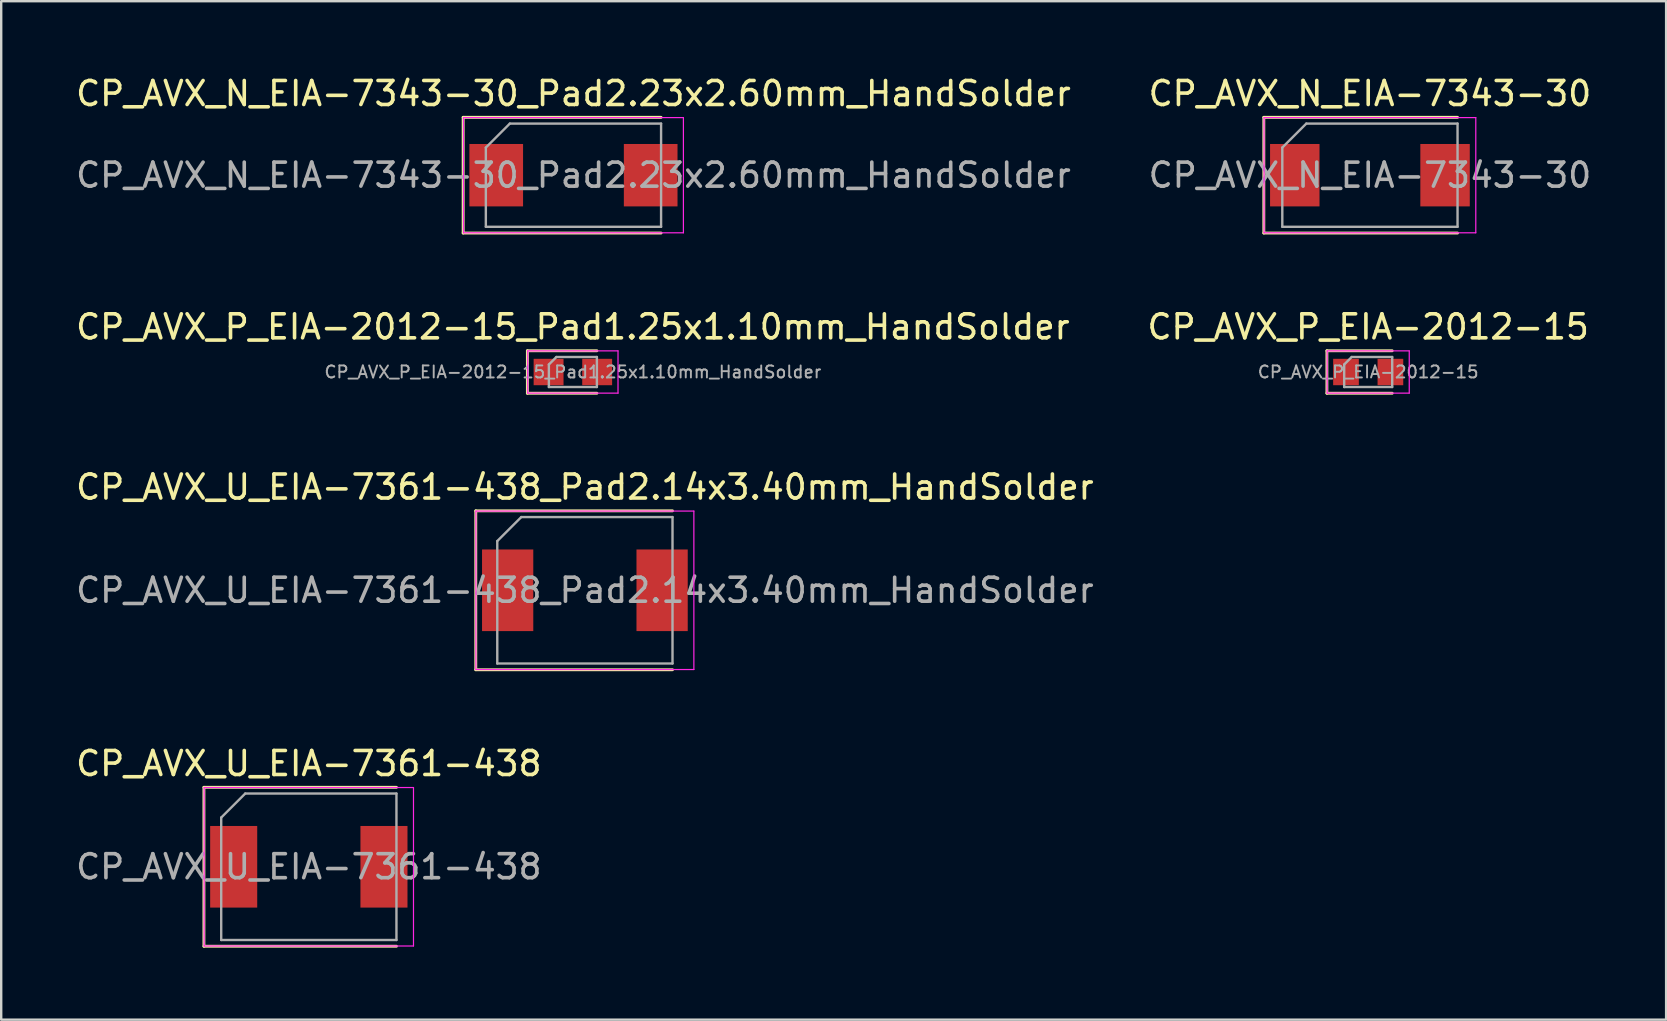
<source format=kicad_pcb>
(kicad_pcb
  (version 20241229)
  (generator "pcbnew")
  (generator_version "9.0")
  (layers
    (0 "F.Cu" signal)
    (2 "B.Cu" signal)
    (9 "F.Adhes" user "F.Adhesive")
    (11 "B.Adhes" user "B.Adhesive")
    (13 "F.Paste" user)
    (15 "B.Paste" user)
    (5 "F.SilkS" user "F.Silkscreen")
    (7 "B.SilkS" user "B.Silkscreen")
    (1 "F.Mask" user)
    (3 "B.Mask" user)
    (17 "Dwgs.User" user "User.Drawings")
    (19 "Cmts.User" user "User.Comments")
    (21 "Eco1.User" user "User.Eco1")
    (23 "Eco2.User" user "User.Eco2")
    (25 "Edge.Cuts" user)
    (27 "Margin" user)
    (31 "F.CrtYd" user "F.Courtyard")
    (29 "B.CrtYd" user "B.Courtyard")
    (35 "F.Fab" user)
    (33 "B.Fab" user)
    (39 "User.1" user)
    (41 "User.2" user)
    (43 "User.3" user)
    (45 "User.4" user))
  (footprint "CP_AVX_P_EIA-2012-15_Pad1.25x1.10mm_HandSolder"
    (layer "F.Cu")
    (at 20.815 12.447)
    (property "Reference" "CP_AVX_P_EIA-2012-15_Pad1.25x1.10mm_HandSolder" (at 0 -1.88 0) (layer "F.SilkS") (effects (font (size 1 1) (thickness 0.15))))
    (attr smd)
    (fp_line (start -1.895 -0.885) (end -1.895 0.885) (stroke (width 0.12) (type solid)) (layer "F.SilkS"))
    (fp_line (start -1.895 0.885) (end 1 0.885) (stroke (width 0.12) (type solid)) (layer "F.SilkS"))
    (fp_line (start 1 -0.885) (end -1.895 -0.885) (stroke (width 0.12) (type solid)) (layer "F.SilkS"))
    (fp_line (start -1.88 -0.88) (end 1.88 -0.88) (stroke (width 0.05) (type solid)) (layer "F.CrtYd"))
    (fp_line (start -1.88 0.88) (end -1.88 -0.88) (stroke (width 0.05) (type solid)) (layer "F.CrtYd"))
    (fp_line (start 1.88 -0.88) (end 1.88 0.88) (stroke (width 0.05) (type solid)) (layer "F.CrtYd"))
    (fp_line (start 1.88 0.88) (end -1.88 0.88) (stroke (width 0.05) (type solid)) (layer "F.CrtYd"))
    (fp_line (start -1 -0.312) (end -1 0.625) (stroke (width 0.1) (type solid)) (layer "F.Fab"))
    (fp_line (start -1 0.625) (end 1 0.625) (stroke (width 0.1) (type solid)) (layer "F.Fab"))
    (fp_line (start -0.688 -0.625) (end -1 -0.312) (stroke (width 0.1) (type solid)) (layer "F.Fab"))
    (fp_line (start 1 -0.625) (end -0.688 -0.625) (stroke (width 0.1) (type solid)) (layer "F.Fab"))
    (fp_line (start 1 0.625) (end 1 -0.625) (stroke (width 0.1) (type solid)) (layer "F.Fab"))
    (fp_text user "${REFERENCE}" (at 0 0 0) (layer "F.Fab") (effects (font (size 0.5 0.5) (thickness 0.08))))
    (pad "1" smd rect (at -1.012 0) (size 1.245 1.1) (layers "F.Cu" "F.Mask" "F.Paste"))
    (pad "2" smd rect (at 1.012 0) (size 1.245 1.1) (layers "F.Cu" "F.Mask" "F.Paste")))
  (footprint "CP_AVX_P_EIA-2012-15"
    (layer "F.Cu")
    (at 53.946 12.447)
    (property "Reference" "CP_AVX_P_EIA-2012-15" (at 0 -1.88 0) (layer "F.SilkS") (effects (font (size 1 1) (thickness 0.15))))
    (attr smd)
    (fp_line (start -1.72 -0.885) (end -1.72 0.885) (stroke (width 0.12) (type solid)) (layer "F.SilkS"))
    (fp_line (start -1.72 0.885) (end 1 0.885) (stroke (width 0.12) (type solid)) (layer "F.SilkS"))
    (fp_line (start 1 -0.885) (end -1.72 -0.885) (stroke (width 0.12) (type solid)) (layer "F.SilkS"))
    (fp_line (start -1.71 -0.88) (end 1.71 -0.88) (stroke (width 0.05) (type solid)) (layer "F.CrtYd"))
    (fp_line (start -1.71 0.88) (end -1.71 -0.88) (stroke (width 0.05) (type solid)) (layer "F.CrtYd"))
    (fp_line (start 1.71 -0.88) (end 1.71 0.88) (stroke (width 0.05) (type solid)) (layer "F.CrtYd"))
    (fp_line (start 1.71 0.88) (end -1.71 0.88) (stroke (width 0.05) (type solid)) (layer "F.CrtYd"))
    (fp_line (start -1 -0.312) (end -1 0.625) (stroke (width 0.1) (type solid)) (layer "F.Fab"))
    (fp_line (start -1 0.625) (end 1 0.625) (stroke (width 0.1) (type solid)) (layer "F.Fab"))
    (fp_line (start -0.688 -0.625) (end -1 -0.312) (stroke (width 0.1) (type solid)) (layer "F.Fab"))
    (fp_line (start 1 -0.625) (end -0.688 -0.625) (stroke (width 0.1) (type solid)) (layer "F.Fab"))
    (fp_line (start 1 0.625) (end 1 -0.625) (stroke (width 0.1) (type solid)) (layer "F.Fab"))
    (fp_text user "${REFERENCE}" (at 0 0 0) (layer "F.Fab") (effects (font (size 0.5 0.5) (thickness 0.08))))
    (pad "1" smd rect (at -0.925 0) (size 1.07 1.1) (layers "F.Cu" "F.Mask" "F.Paste"))
    (pad "2" smd rect (at 0.925 0) (size 1.07 1.1) (layers "F.Cu" "F.Mask" "F.Paste")))
  (footprint "CP_AVX_U_EIA-7361-438"
    (layer "F.Cu")
    (at 9.815 33.058)
    (property "Reference" "CP_AVX_U_EIA-7361-438" (at 0 -4.3 0) (layer "F.SilkS") (effects (font (size 1 1) (thickness 0.15))))
    (attr smd)
    (fp_line (start -4.37 -3.31) (end -4.37 3.31) (stroke (width 0.12) (type solid)) (layer "F.SilkS"))
    (fp_line (start -4.37 3.31) (end 3.65 3.31) (stroke (width 0.12) (type solid)) (layer "F.SilkS"))
    (fp_line (start 3.65 -3.31) (end -4.37 -3.31) (stroke (width 0.12) (type solid)) (layer "F.SilkS"))
    (fp_line (start -4.36 -3.3) (end 4.36 -3.3) (stroke (width 0.05) (type solid)) (layer "F.CrtYd"))
    (fp_line (start -4.36 3.3) (end -4.36 -3.3) (stroke (width 0.05) (type solid)) (layer "F.CrtYd"))
    (fp_line (start 4.36 -3.3) (end 4.36 3.3) (stroke (width 0.05) (type solid)) (layer "F.CrtYd"))
    (fp_line (start 4.36 3.3) (end -4.36 3.3) (stroke (width 0.05) (type solid)) (layer "F.CrtYd"))
    (fp_line (start -3.65 -2.05) (end -3.65 3.05) (stroke (width 0.1) (type solid)) (layer "F.Fab"))
    (fp_line (start -3.65 3.05) (end 3.65 3.05) (stroke (width 0.1) (type solid)) (layer "F.Fab"))
    (fp_line (start -2.65 -3.05) (end -3.65 -2.05) (stroke (width 0.1) (type solid)) (layer "F.Fab"))
    (fp_line (start 3.65 -3.05) (end -2.65 -3.05) (stroke (width 0.1) (type solid)) (layer "F.Fab"))
    (fp_line (start 3.65 3.05) (end 3.65 -3.05) (stroke (width 0.1) (type solid)) (layer "F.Fab"))
    (fp_text user "${REFERENCE}" (at 0 0 0) (layer "F.Fab") (effects (font (size 1 1) (thickness 0.15))))
    (pad "1" smd rect (at -3.13 0) (size 1.96 3.4) (layers "F.Cu" "F.Mask" "F.Paste"))
    (pad "2" smd rect (at 3.13 0) (size 1.96 3.4) (layers "F.Cu" "F.Mask" "F.Paste")))
  (footprint "CP_AVX_N_EIA-7343-30"
    (layer "F.Cu")
    (at 54.018 4.248)
    (property "Reference" "CP_AVX_N_EIA-7343-30" (at 0 -3.4 0) (layer "F.SilkS") (effects (font (size 1 1) (thickness 0.15))))
    (attr smd)
    (fp_line (start -4.42 -2.41) (end -4.42 2.41) (stroke (width 0.12) (type solid)) (layer "F.SilkS"))
    (fp_line (start -4.42 2.41) (end 3.65 2.41) (stroke (width 0.12) (type solid)) (layer "F.SilkS"))
    (fp_line (start 3.65 -2.41) (end -4.42 -2.41) (stroke (width 0.12) (type solid)) (layer "F.SilkS"))
    (fp_line (start -4.41 -2.4) (end 4.41 -2.4) (stroke (width 0.05) (type solid)) (layer "F.CrtYd"))
    (fp_line (start -4.41 2.4) (end -4.41 -2.4) (stroke (width 0.05) (type solid)) (layer "F.CrtYd"))
    (fp_line (start 4.41 -2.4) (end 4.41 2.4) (stroke (width 0.05) (type solid)) (layer "F.CrtYd"))
    (fp_line (start 4.41 2.4) (end -4.41 2.4) (stroke (width 0.05) (type solid)) (layer "F.CrtYd"))
    (fp_line (start -3.65 -1.15) (end -3.65 2.15) (stroke (width 0.1) (type solid)) (layer "F.Fab"))
    (fp_line (start -3.65 2.15) (end 3.65 2.15) (stroke (width 0.1) (type solid)) (layer "F.Fab"))
    (fp_line (start -2.65 -2.15) (end -3.65 -1.15) (stroke (width 0.1) (type solid)) (layer "F.Fab"))
    (fp_line (start 3.65 -2.15) (end -2.65 -2.15) (stroke (width 0.1) (type solid)) (layer "F.Fab"))
    (fp_line (start 3.65 2.15) (end 3.65 -2.15) (stroke (width 0.1) (type solid)) (layer "F.Fab"))
    (fp_text user "${REFERENCE}" (at 0 0 0) (layer "F.Fab") (effects (font (size 1 1) (thickness 0.15))))
    (pad "1" smd rect (at -3.13 0) (size 2.06 2.6) (layers "F.Cu" "F.Mask" "F.Paste"))
    (pad "2" smd rect (at 3.13 0) (size 2.06 2.6) (layers "F.Cu" "F.Mask" "F.Paste")))
  (footprint "CP_AVX_N_EIA-7343-30_Pad2.23x2.60mm_HandSolder"
    (layer "F.Cu")
    (at 20.839 4.248)
    (property "Reference" "CP_AVX_N_EIA-7343-30_Pad2.23x2.60mm_HandSolder" (at 0 -3.4 0) (layer "F.SilkS") (effects (font (size 1 1) (thickness 0.15))))
    (attr smd)
    (fp_line (start -4.595 -2.41) (end -4.595 2.41) (stroke (width 0.12) (type solid)) (layer "F.SilkS"))
    (fp_line (start -4.595 2.41) (end 3.65 2.41) (stroke (width 0.12) (type solid)) (layer "F.SilkS"))
    (fp_line (start 3.65 -2.41) (end -4.595 -2.41) (stroke (width 0.12) (type solid)) (layer "F.SilkS"))
    (fp_line (start -4.58 -2.4) (end 4.58 -2.4) (stroke (width 0.05) (type solid)) (layer "F.CrtYd"))
    (fp_line (start -4.58 2.4) (end -4.58 -2.4) (stroke (width 0.05) (type solid)) (layer "F.CrtYd"))
    (fp_line (start 4.58 -2.4) (end 4.58 2.4) (stroke (width 0.05) (type solid)) (layer "F.CrtYd"))
    (fp_line (start 4.58 2.4) (end -4.58 2.4) (stroke (width 0.05) (type solid)) (layer "F.CrtYd"))
    (fp_line (start -3.65 -1.15) (end -3.65 2.15) (stroke (width 0.1) (type solid)) (layer "F.Fab"))
    (fp_line (start -3.65 2.15) (end 3.65 2.15) (stroke (width 0.1) (type solid)) (layer "F.Fab"))
    (fp_line (start -2.65 -2.15) (end -3.65 -1.15) (stroke (width 0.1) (type solid)) (layer "F.Fab"))
    (fp_line (start 3.65 -2.15) (end -2.65 -2.15) (stroke (width 0.1) (type solid)) (layer "F.Fab"))
    (fp_line (start 3.65 2.15) (end 3.65 -2.15) (stroke (width 0.1) (type solid)) (layer "F.Fab"))
    (fp_text user "${REFERENCE}" (at 0 0 0) (layer "F.Fab") (effects (font (size 1 1) (thickness 0.15))))
    (pad "1" smd rect (at -3.217 0) (size 2.235 2.6) (layers "F.Cu" "F.Mask" "F.Paste"))
    (pad "2" smd rect (at 3.217 0) (size 2.235 2.6) (layers "F.Cu" "F.Mask" "F.Paste")))
  (footprint "CP_AVX_U_EIA-7361-438_Pad2.14x3.40mm_HandSolder"
    (layer "F.Cu")
    (at 21.315 21.54)
    (property "Reference" "CP_AVX_U_EIA-7361-438_Pad2.14x3.40mm_HandSolder" (at 0 -4.3 0) (layer "F.SilkS") (effects (font (size 1 1) (thickness 0.15))))
    (attr smd)
    (fp_line (start -4.545 -3.31) (end -4.545 3.31) (stroke (width 0.12) (type solid)) (layer "F.SilkS"))
    (fp_line (start -4.545 3.31) (end 3.65 3.31) (stroke (width 0.12) (type solid)) (layer "F.SilkS"))
    (fp_line (start 3.65 -3.31) (end -4.545 -3.31) (stroke (width 0.12) (type solid)) (layer "F.SilkS"))
    (fp_line (start -4.54 -3.3) (end 4.54 -3.3) (stroke (width 0.05) (type solid)) (layer "F.CrtYd"))
    (fp_line (start -4.54 3.3) (end -4.54 -3.3) (stroke (width 0.05) (type solid)) (layer "F.CrtYd"))
    (fp_line (start 4.54 -3.3) (end 4.54 3.3) (stroke (width 0.05) (type solid)) (layer "F.CrtYd"))
    (fp_line (start 4.54 3.3) (end -4.54 3.3) (stroke (width 0.05) (type solid)) (layer "F.CrtYd"))
    (fp_line (start -3.65 -2.05) (end -3.65 3.05) (stroke (width 0.1) (type solid)) (layer "F.Fab"))
    (fp_line (start -3.65 3.05) (end 3.65 3.05) (stroke (width 0.1) (type solid)) (layer "F.Fab"))
    (fp_line (start -2.65 -3.05) (end -3.65 -2.05) (stroke (width 0.1) (type solid)) (layer "F.Fab"))
    (fp_line (start 3.65 -3.05) (end -2.65 -3.05) (stroke (width 0.1) (type solid)) (layer "F.Fab"))
    (fp_line (start 3.65 3.05) (end 3.65 -3.05) (stroke (width 0.1) (type solid)) (layer "F.Fab"))
    (fp_text user "${REFERENCE}" (at 0 0 0) (layer "F.Fab") (effects (font (size 1 1) (thickness 0.15))))
    (pad "1" smd rect (at -3.217 0) (size 2.135 3.4) (layers "F.Cu" "F.Mask" "F.Paste"))
    (pad "2" smd rect (at 3.217 0) (size 2.135 3.4) (layers "F.Cu" "F.Mask" "F.Paste")))
  (gr_rect
    (start -3 -3)
    (end 66.357 39.428)
    (stroke (width 0.1) (type default))
    (fill no)
    (layer "Edge.Cuts")))
</source>
